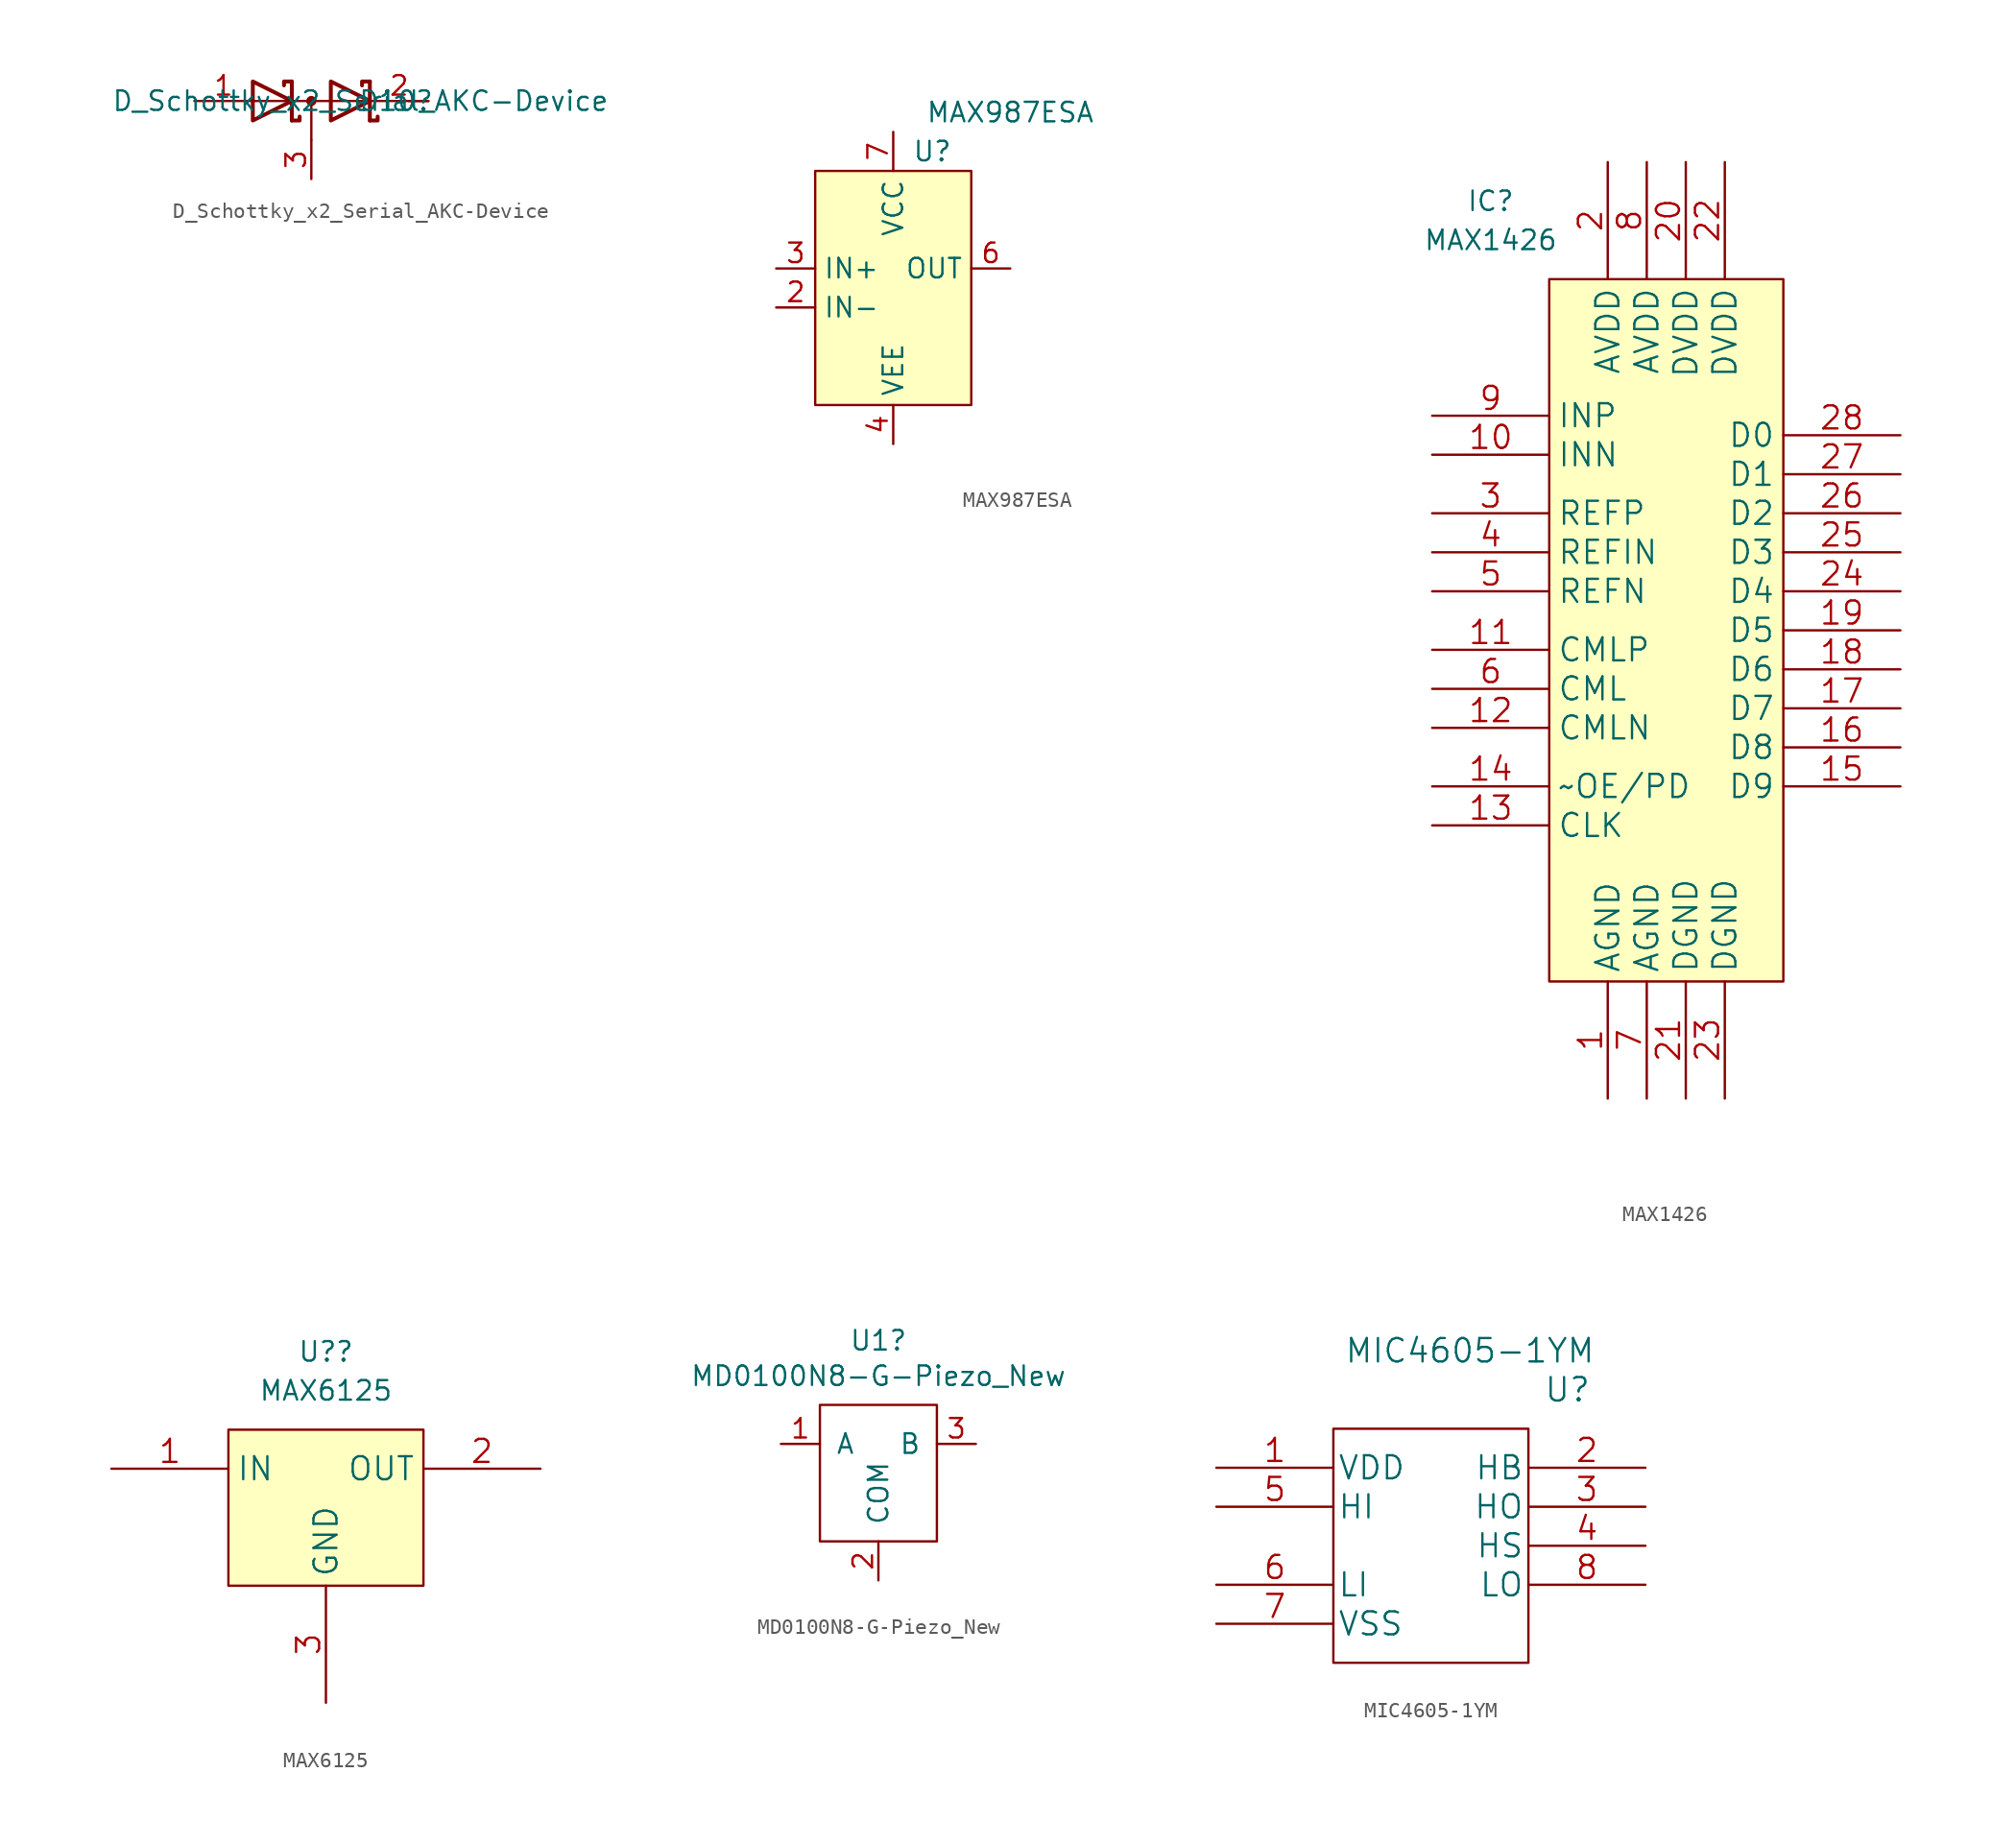
<source format=kicad_sym>
(kicad_symbol_lib
  (version 20211014)
  (generator kicad_symbol_editor)
  (symbol "D_Schottky_x2_Serial_AKC-Device"
    (pin_names
      (offset 0.762) hide)
    (property "Reference" "D10"
      (at 5.512 0 0)
      (effects (font (size 1.27 1.27))))
    (property "Value" "D_Schottky_x2_Serial_AKC-Device"
      (at 3.2 0 0)
      (effects (font (size 1.27 1.27))))
    (symbol "D_Schottky_x2_Serial_AKC-Device_0_1"
      (polyline (pts (xy -3.81 0) (xy 3.81 0)) (stroke (width 0) (type default) (color 0 0 0 0)) (fill (type none)))
      (polyline (pts (xy 0 0) (xy 0 -2.54)) (stroke (width 0) (type default) (color 0 0 0 0)) (fill (type none)))
      (polyline (pts (xy 6.35 0) (xy 7.62 0)) (stroke (width 0) (type default) (color 0 0 0 0)) (fill (type none)))
      (polyline (pts (xy -1.27 -1.27) (xy -1.27 1.27) (xy -1.27 1.27)) (stroke (width 0.254) (type default) (color 0 0 0 0)) (fill (type none)))
      (polyline (pts (xy 3.81 1.27) (xy 3.81 -1.27) (xy 3.81 -1.27)) (stroke (width 0.254) (type default) (color 0 0 0 0)) (fill (type none)))
      (polyline (pts (xy -1.27 -1.27) (xy -0.762 -1.27) (xy -0.762 -1.016) (xy -0.762 -1.016)) (stroke (width 0.254) (type default) (color 0 0 0 0)) (fill (type none)))
      (polyline (pts (xy 3.81 -1.27) (xy 4.318 -1.27) (xy 4.318 -1.016) (xy 4.318 -1.016)) (stroke (width 0.254) (type default) (color 0 0 0 0)) (fill (type none)))
      (polyline (pts (xy 3.81 1.27) (xy 3.302 1.27) (xy 3.302 1.016) (xy 3.302 1.016)) (stroke (width 0.254) (type default) (color 0 0 0 0)) (fill (type none)))
      (polyline (pts (xy -1.778 1.016) (xy -1.778 1.27) (xy -1.27 1.27) (xy -1.27 1.27) (xy -1.27 1.27)) (stroke (width 0.254) (type default) (color 0 0 0 0)) (fill (type none)))
      (polyline (pts (xy -3.81 1.27) (xy -1.27 0) (xy -3.81 -1.27) (xy -3.81 1.27) (xy -3.81 1.27) (xy -3.81 1.27)) (stroke (width 0.254) (type default) (color 0 0 0 0)) (fill (type none)))
      (polyline (pts (xy 1.27 1.27) (xy 3.81 0) (xy 1.27 -1.27) (xy 1.27 1.27) (xy 1.27 1.27) (xy 1.27 1.27)) (stroke (width 0.254) (type default) (color 0 0 0 0)) (fill (type none)))
      (circle (center 0 0) (radius 0.254) (stroke (width 0) (type default) (color 0 0 0 0)) (fill (type outline)))
      (pin passive line (at -7.62 0 0) (length 3.81) (name "A" (effects (font (size 1.27 1.27)))) (number "1" (effects (font (size 1.27 1.27)))))
      (pin passive line (at 7.62 0 180) (length 3.81) (name "K" (effects (font (size 1.27 1.27)))) (number "2" (effects (font (size 1.27 1.27)))))
      (pin passive line (at 0 -5.08 90) (length 2.54) (name "common" (effects (font (size 1.27 1.27)))) (number "3" (effects (font (size 1.27 1.27)))))))
  (symbol "MAX987ESA"
    (property "Reference" "U"
      (at 2.54 1.27 0)
      (effects (font (size 1.27 1.27))))
    (property "Value" "MAX987ESA"
      (at 7.62 3.81 0)
      (effects (font (size 1.27 1.27))))
    (symbol "MAX987ESA_0_1"
      (rectangle (start -5.08 0) (end 5.08 -15.24) (stroke (width 0) (type default) (color 0 0 0 0)) (fill (type background))))
    (symbol "MAX987ESA_1_1"
      (pin no_connect line (at 24.13 -2.54 180) (length 2.54) hide (name "NC" (effects (font (size 1.27 1.27)))) (number "1" (effects (font (size 1.27 1.27)))))
      (pin input line (at -7.62 -8.89 0) (length 2.54) (name "IN-" (effects (font (size 1.27 1.27)))) (number "2" (effects (font (size 1.27 1.27)))))
      (pin input line (at -7.62 -6.35 0) (length 2.54) (name "IN+" (effects (font (size 1.27 1.27)))) (number "3" (effects (font (size 1.27 1.27)))))
      (pin power_in line (at 0 -17.78 90) (length 2.54) (name "VEE" (effects (font (size 1.27 1.27)))) (number "4" (effects (font (size 1.27 1.27)))))
      (pin no_connect line (at 24.13 -5.08 180) (length 2.54) hide (name "NC" (effects (font (size 1.27 1.27)))) (number "5" (effects (font (size 1.27 1.27)))))
      (pin input line (at 7.62 -6.35 180) (length 2.54) (name "OUT" (effects (font (size 1.27 1.27)))) (number "6" (effects (font (size 1.27 1.27)))))
      (pin power_in line (at 0 2.54 270) (length 2.54) (name "VCC" (effects (font (size 1.27 1.27)))) (number "7" (effects (font (size 1.27 1.27)))))
      (pin no_connect line (at 24.13 -7.62 180) (length 2.54) hide (name "NC" (effects (font (size 1.27 1.27)))) (number "8" (effects (font (size 1.27 1.27)))))))
  (symbol "MAX1426"
    (property "Reference" "IC"
      (at -11.43 0 0)
      (effects (font (size 1.27 1.27))))
    (property "Value" "MAX1426"
      (at -11.43 -2.54 0)
      (effects (font (size 1.27 1.27))))
    (symbol "MAX1426_0_1"
      (rectangle (start -7.62 -5.08) (end 7.62 -50.8) (stroke (width 0) (type default) (color 0 0 0 0)) (fill (type background))))
    (symbol "MAX1426_1_1"
      (pin power_in line (at -3.81 -58.42 90) (length 7.62) (name "AGND" (effects (font (size 1.499 1.499)))) (number "1" (effects (font (size 1.499 1.499)))))
      (pin input line (at -15.24 -16.51 0) (length 7.62) (name "INN" (effects (font (size 1.499 1.499)))) (number "10" (effects (font (size 1.499 1.499)))))
      (pin input line (at -15.24 -29.21 0) (length 7.62) (name "CMLP" (effects (font (size 1.499 1.499)))) (number "11" (effects (font (size 1.499 1.499)))))
      (pin input line (at -15.24 -34.29 0) (length 7.62) (name "CMLN" (effects (font (size 1.499 1.499)))) (number "12" (effects (font (size 1.499 1.499)))))
      (pin input line (at -15.24 -40.64 0) (length 7.62) (name "CLK" (effects (font (size 1.499 1.499)))) (number "13" (effects (font (size 1.499 1.499)))))
      (pin input line (at -15.24 -38.1 0) (length 7.62) (name "~OE/PD" (effects (font (size 1.499 1.499)))) (number "14" (effects (font (size 1.499 1.499)))))
      (pin input line (at 15.24 -38.1 180) (length 7.62) (name "D9" (effects (font (size 1.499 1.499)))) (number "15" (effects (font (size 1.499 1.499)))))
      (pin input line (at 15.24 -35.56 180) (length 7.62) (name "D8" (effects (font (size 1.499 1.499)))) (number "16" (effects (font (size 1.499 1.499)))))
      (pin input line (at 15.24 -33.02 180) (length 7.62) (name "D7" (effects (font (size 1.499 1.499)))) (number "17" (effects (font (size 1.499 1.499)))))
      (pin input line (at 15.24 -30.48 180) (length 7.62) (name "D6" (effects (font (size 1.499 1.499)))) (number "18" (effects (font (size 1.499 1.499)))))
      (pin input line (at 15.24 -27.94 180) (length 7.62) (name "D5" (effects (font (size 1.499 1.499)))) (number "19" (effects (font (size 1.499 1.499)))))
      (pin power_in line (at -3.81 2.54 270) (length 7.62) (name "AVDD" (effects (font (size 1.499 1.499)))) (number "2" (effects (font (size 1.499 1.499)))))
      (pin power_in line (at 1.27 2.54 270) (length 7.62) (name "DVDD" (effects (font (size 1.499 1.499)))) (number "20" (effects (font (size 1.499 1.499)))))
      (pin power_in line (at 1.27 -58.42 90) (length 7.62) (name "DGND" (effects (font (size 1.499 1.499)))) (number "21" (effects (font (size 1.499 1.499)))))
      (pin power_in line (at 3.81 2.54 270) (length 7.62) (name "DVDD" (effects (font (size 1.499 1.499)))) (number "22" (effects (font (size 1.499 1.499)))))
      (pin power_in line (at 3.81 -58.42 90) (length 7.62) (name "DGND" (effects (font (size 1.499 1.499)))) (number "23" (effects (font (size 1.499 1.499)))))
      (pin input line (at 15.24 -25.4 180) (length 7.62) (name "D4" (effects (font (size 1.499 1.499)))) (number "24" (effects (font (size 1.499 1.499)))))
      (pin input line (at 15.24 -22.86 180) (length 7.62) (name "D3" (effects (font (size 1.499 1.499)))) (number "25" (effects (font (size 1.499 1.499)))))
      (pin input line (at 15.24 -20.32 180) (length 7.62) (name "D2" (effects (font (size 1.499 1.499)))) (number "26" (effects (font (size 1.499 1.499)))))
      (pin input line (at 15.24 -17.78 180) (length 7.62) (name "D1" (effects (font (size 1.499 1.499)))) (number "27" (effects (font (size 1.499 1.499)))))
      (pin input line (at 15.24 -15.24 180) (length 7.62) (name "D0" (effects (font (size 1.499 1.499)))) (number "28" (effects (font (size 1.499 1.499)))))
      (pin input line (at -15.24 -20.32 0) (length 7.62) (name "REFP" (effects (font (size 1.499 1.499)))) (number "3" (effects (font (size 1.499 1.499)))))
      (pin input line (at -15.24 -22.86 0) (length 7.62) (name "REFIN" (effects (font (size 1.499 1.499)))) (number "4" (effects (font (size 1.499 1.499)))))
      (pin input line (at -15.24 -25.4 0) (length 7.62) (name "REFN" (effects (font (size 1.499 1.499)))) (number "5" (effects (font (size 1.499 1.499)))))
      (pin input line (at -15.24 -31.75 0) (length 7.62) (name "CML" (effects (font (size 1.499 1.499)))) (number "6" (effects (font (size 1.499 1.499)))))
      (pin power_in line (at -1.27 -58.42 90) (length 7.62) (name "AGND" (effects (font (size 1.499 1.499)))) (number "7" (effects (font (size 1.499 1.499)))))
      (pin power_in line (at -1.27 2.54 270) (length 7.62) (name "AVDD" (effects (font (size 1.499 1.499)))) (number "8" (effects (font (size 1.499 1.499)))))
      (pin input line (at -15.24 -13.97 0) (length 7.62) (name "INP" (effects (font (size 1.499 1.499)))) (number "9" (effects (font (size 1.499 1.499)))))))
  (symbol "MAX6125"
    (property "Reference" "U?"
      (at 0 5.08 0)
      (effects (font (size 1.27 1.27))))
    (property "Value" "MAX6125"
      (at 0 2.54 0)
      (effects (font (size 1.27 1.27))))
    (symbol "MAX6125_0_1"
      (rectangle (start -6.35 0) (end 6.35 -10.16) (stroke (width 0) (type default) (color 0 0 0 0)) (fill (type background))))
    (symbol "MAX6125_1_1"
      (pin power_in line (at -13.97 -2.54 0) (length 7.62) (name "IN" (effects (font (size 1.499 1.499)))) (number "1" (effects (font (size 1.499 1.499)))))
      (pin output line (at 13.97 -2.54 180) (length 7.62) (name "OUT" (effects (font (size 1.499 1.499)))) (number "2" (effects (font (size 1.499 1.499)))))
      (pin power_in line (at 0 -17.78 90) (length 7.62) (name "GND" (effects (font (size 1.499 1.499)))) (number "3" (effects (font (size 1.499 1.499)))))))
  (symbol "MD0100N8-G-Piezo_New"
    (pin_names
      (offset 1.016))
    (property "Reference" "U1"
      (at 0 2.921 0)
      (effects (font (size 1.27 1.27))))
    (property "Value" "MD0100N8-G-Piezo_New"
      (at 0 0.61 0)
      (effects (font (size 1.27 1.27))))
    (symbol "MD0100N8-G-Piezo_New_0_1"
      (rectangle (start 3.81 -1.27) (end -3.81 -10.16) (stroke (width 0) (type default) (color 0 0 0 0)) (fill (type none))))
    (symbol "MD0100N8-G-Piezo_New_1_1"
      (pin bidirectional line (at -6.35 -3.81 0) (length 2.54) (name "A" (effects (font (size 1.27 1.27)))) (number "1" (effects (font (size 1.27 1.27)))))
      (pin bidirectional line (at 0 -12.7 90) (length 2.54) (name "COM" (effects (font (size 1.27 1.27)))) (number "2" (effects (font (size 1.27 1.27)))))
      (pin bidirectional line (at 6.35 -3.81 180) (length 2.54) (name "B" (effects (font (size 1.27 1.27)))) (number "3" (effects (font (size 1.27 1.27)))))))
  (symbol "MIC4605-1YM"
    (pin_names
      (offset 0.254))
    (property "Reference" "U"
      (at 15.24 2.54 0)
      (effects (font (size 1.524 1.524))))
    (property "Value" "MIC4605-1YM"
      (at 8.89 5.08 0)
      (effects (font (size 1.524 1.524))))
    (property "Datasheet" ""
      (at -7.62 -2.54 0)
      (effects (font (size 1.524 1.524))))
    (property "ki_locked" ""
      (at 0 0 0)
      (effects (font (size 1.27 1.27))))
    (symbol "MIC4605-1YM_1_1"
      (rectangle (start 0 0) (end 12.7 -15.24) (stroke (width 0) (type default) (color 0 0 0 0)) (fill (type none)))
      (pin power_in line (at -7.62 -2.54 0) (length 7.62) (name "VDD" (effects (font (size 1.499 1.499)))) (number "1" (effects (font (size 1.499 1.499)))))
      (pin passive line (at 20.32 -2.54 180) (length 7.62) (name "HB" (effects (font (size 1.499 1.499)))) (number "2" (effects (font (size 1.499 1.499)))))
      (pin output line (at 20.32 -5.08 180) (length 7.62) (name "HO" (effects (font (size 1.499 1.499)))) (number "3" (effects (font (size 1.499 1.499)))))
      (pin passive line (at 20.32 -7.62 180) (length 7.62) (name "HS" (effects (font (size 1.499 1.499)))) (number "4" (effects (font (size 1.499 1.499)))))
      (pin input line (at -7.62 -5.08 0) (length 7.62) (name "HI" (effects (font (size 1.499 1.499)))) (number "5" (effects (font (size 1.499 1.499)))))
      (pin input line (at -7.62 -10.16 0) (length 7.62) (name "LI" (effects (font (size 1.499 1.499)))) (number "6" (effects (font (size 1.499 1.499)))))
      (pin bidirectional line (at -7.62 -12.7 0) (length 7.62) (name "VSS" (effects (font (size 1.499 1.499)))) (number "7" (effects (font (size 1.499 1.499)))))
      (pin output line (at 20.32 -10.16 180) (length 7.62) (name "LO" (effects (font (size 1.499 1.499)))) (number "8" (effects (font (size 1.499 1.499))))))))
</source>
